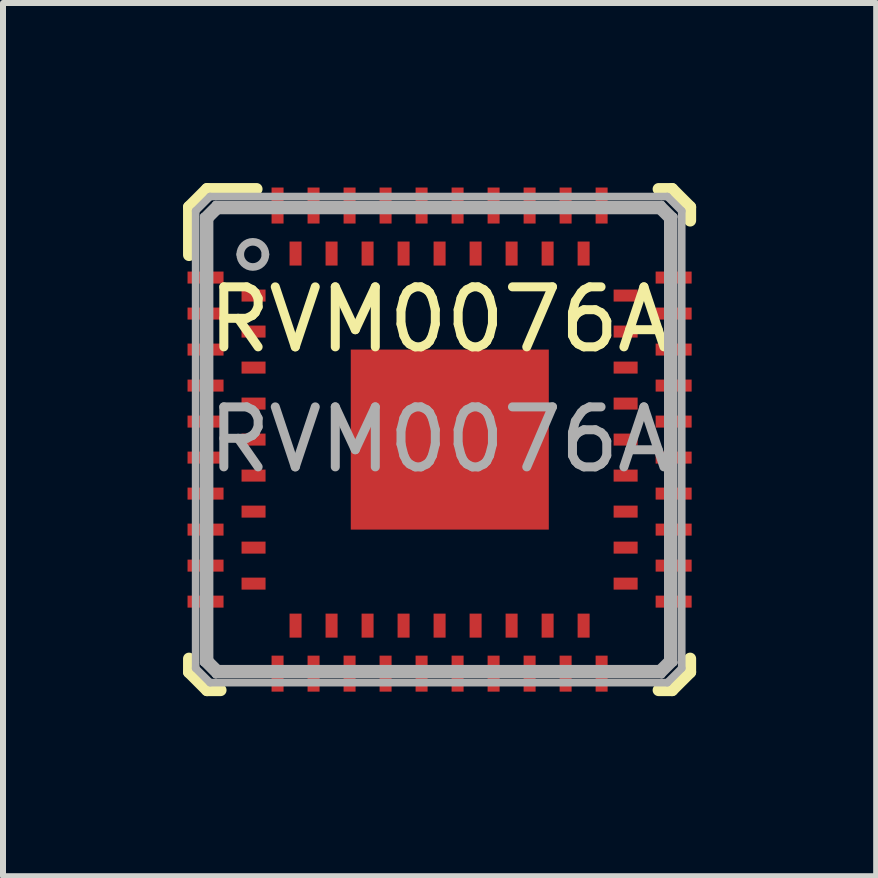
<source format=kicad_pcb>
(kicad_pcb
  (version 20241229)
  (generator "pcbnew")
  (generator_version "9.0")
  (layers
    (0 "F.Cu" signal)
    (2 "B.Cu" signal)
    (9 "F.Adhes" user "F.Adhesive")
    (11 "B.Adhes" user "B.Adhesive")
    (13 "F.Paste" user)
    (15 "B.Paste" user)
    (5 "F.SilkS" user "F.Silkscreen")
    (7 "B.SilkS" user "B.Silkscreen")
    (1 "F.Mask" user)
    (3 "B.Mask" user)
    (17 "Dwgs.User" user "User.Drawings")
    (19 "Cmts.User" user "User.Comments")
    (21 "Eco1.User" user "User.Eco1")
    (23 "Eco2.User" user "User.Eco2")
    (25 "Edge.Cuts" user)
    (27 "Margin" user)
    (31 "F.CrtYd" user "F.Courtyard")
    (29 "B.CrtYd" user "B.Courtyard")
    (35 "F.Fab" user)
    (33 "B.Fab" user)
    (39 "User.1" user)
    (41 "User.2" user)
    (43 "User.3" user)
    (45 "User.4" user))
  (footprint "RVM0076A"
    (layer "F.Cu")
    (at 4.275 4.275)
    (property "Reference" "RVM0076A" (at 0 -2 0) (unlocked yes) (layer "F.SilkS") (effects (font (size 1 1) (thickness 0.15))))
    (attr smd)
    (fp_line (start -4.175 -3.875) (end -3.875 -4.175) (stroke (width 0.2) (type solid)) (layer "F.SilkS"))
    (fp_line (start -4.175 -3.075) (end -4.175 -3.875) (stroke (width 0.2) (type solid)) (layer "F.SilkS"))
    (fp_line (start -4.175 3.875) (end -4.175 3.65) (stroke (width 0.2) (type solid)) (layer "F.SilkS"))
    (fp_line (start -4.175 3.875) (end -3.875 4.175) (stroke (width 0.2) (type solid)) (layer "F.SilkS"))
    (fp_line (start -3.875 -4.175) (end -3.05 -4.175) (stroke (width 0.2) (type solid)) (layer "F.SilkS"))
    (fp_line (start -3.875 4.175) (end -3.65 4.175) (stroke (width 0.2) (type solid)) (layer "F.SilkS"))
    (fp_line (start 3.65 -4.175) (end 3.875 -4.175) (stroke (width 0.2) (type solid)) (layer "F.SilkS"))
    (fp_line (start 3.65 4.175) (end 3.875 4.175) (stroke (width 0.2) (type solid)) (layer "F.SilkS"))
    (fp_line (start 3.875 -4.175) (end 4.175 -3.875) (stroke (width 0.2) (type solid)) (layer "F.SilkS"))
    (fp_line (start 3.875 4.175) (end 4.175 3.875) (stroke (width 0.2) (type solid)) (layer "F.SilkS"))
    (fp_line (start 4.175 -3.65) (end 4.175 -3.875) (stroke (width 0.2) (type solid)) (layer "F.SilkS"))
    (fp_line (start 4.175 3.875) (end 4.175 3.65) (stroke (width 0.2) (type solid)) (layer "F.SilkS"))
    (fp_poly (pts (xy 0.07 -1.358) (xy 0.07 -0.152) (xy 0.069 -0.142) (xy 0.066 -0.132) (xy 0.061 -0.123) (xy 0.055 -0.115) (xy 0.047 -0.109) (xy 0.038 -0.104) (xy 0.028 -0.101) (xy 0.018 -0.1) (xy -1.308 -0.1) (xy -1.318 -0.101) (xy -1.328 -0.104) (xy -1.337 -0.109) (xy -1.345 -0.115) (xy -1.351 -0.123) (xy -1.356 -0.132) (xy -1.359 -0.142) (xy -1.36 -0.152) (xy -1.36 -1.358) (xy -1.359 -1.368) (xy -1.356 -1.378) (xy -1.351 -1.387) (xy -1.345 -1.395) (xy -1.337 -1.401) (xy -1.328 -1.406) (xy -1.318 -1.409) (xy -1.308 -1.41) (xy 0.018 -1.41) (xy 0.028 -1.409) (xy 0.038 -1.406) (xy 0.047 -1.401) (xy 0.055 -1.395) (xy 0.061 -1.387) (xy 0.066 -1.378) (xy 0.069 -1.368)) (stroke (width 0) (type solid)) (fill yes) (layer "F.Paste"))
    (fp_poly (pts (xy 0.07 0.152) (xy 0.07 1.358) (xy 0.069 1.368) (xy 0.066 1.378) (xy 0.061 1.387) (xy 0.055 1.395) (xy 0.047 1.401) (xy 0.038 1.406) (xy 0.028 1.409) (xy 0.018 1.41) (xy -1.308 1.41) (xy -1.318 1.409) (xy -1.328 1.406) (xy -1.337 1.401) (xy -1.345 1.395) (xy -1.351 1.387) (xy -1.356 1.378) (xy -1.359 1.368) (xy -1.36 1.358) (xy -1.36 0.152) (xy -1.359 0.142) (xy -1.356 0.132) (xy -1.351 0.123) (xy -1.345 0.115) (xy -1.337 0.109) (xy -1.328 0.104) (xy -1.318 0.101) (xy -1.308 0.1) (xy 0.018 0.1) (xy 0.028 0.101) (xy 0.038 0.104) (xy 0.047 0.109) (xy 0.055 0.115) (xy 0.061 0.123) (xy 0.066 0.132) (xy 0.069 0.142)) (stroke (width 0) (type solid)) (fill yes) (layer "F.Paste"))
    (fp_poly (pts (xy 0.27 -0.152) (xy 0.27 -1.358) (xy 0.271 -1.368) (xy 0.274 -1.378) (xy 0.279 -1.387) (xy 0.285 -1.395) (xy 0.293 -1.401) (xy 0.302 -1.406) (xy 0.312 -1.409) (xy 0.322 -1.41) (xy 1.648 -1.41) (xy 1.658 -1.409) (xy 1.668 -1.406) (xy 1.677 -1.401) (xy 1.685 -1.395) (xy 1.691 -1.387) (xy 1.696 -1.378) (xy 1.699 -1.368) (xy 1.7 -1.358) (xy 1.7 -0.152) (xy 1.699 -0.142) (xy 1.696 -0.132) (xy 1.691 -0.123) (xy 1.685 -0.115) (xy 1.677 -0.109) (xy 1.668 -0.104) (xy 1.658 -0.101) (xy 1.648 -0.1) (xy 0.322 -0.1) (xy 0.312 -0.101) (xy 0.302 -0.104) (xy 0.293 -0.109) (xy 0.285 -0.115) (xy 0.279 -0.123) (xy 0.274 -0.132) (xy 0.271 -0.142)) (stroke (width 0) (type solid)) (fill yes) (layer "F.Paste"))
    (fp_poly (pts (xy 0.27 1.358) (xy 0.27 0.152) (xy 0.271 0.142) (xy 0.274 0.132) (xy 0.279 0.123) (xy 0.285 0.115) (xy 0.293 0.109) (xy 0.302 0.104) (xy 0.312 0.101) (xy 0.322 0.1) (xy 1.648 0.1) (xy 1.658 0.101) (xy 1.668 0.104) (xy 1.677 0.109) (xy 1.685 0.115) (xy 1.691 0.123) (xy 1.696 0.132) (xy 1.699 0.142) (xy 1.7 0.152) (xy 1.7 1.358) (xy 1.699 1.368) (xy 1.696 1.378) (xy 1.691 1.387) (xy 1.685 1.395) (xy 1.677 1.401) (xy 1.668 1.406) (xy 1.658 1.409) (xy 1.648 1.41) (xy 0.322 1.41) (xy 0.312 1.409) (xy 0.302 1.406) (xy 0.293 1.401) (xy 0.285 1.395) (xy 0.279 1.387) (xy 0.274 1.378) (xy 0.271 1.368)) (stroke (width 0) (type solid)) (fill yes) (layer "F.Paste"))
    (fp_line (start -4.065 -3.81) (end -3.825 -4.05) (stroke (width 0.127) (type solid)) (layer "F.Fab"))
    (fp_line (start -4.065 3.81) (end -4.065 -3.81) (stroke (width 0.127) (type solid)) (layer "F.Fab"))
    (fp_line (start -4.065 3.81) (end -3.825 4.05) (stroke (width 0.127) (type solid)) (layer "F.Fab"))
    (fp_line (start -3.93 -3.715) (end -3.833 -3.675) (stroke (width 0.127) (type solid)) (layer "F.Fab"))
    (fp_line (start -3.93 -3.715) (end -3.73 -3.915) (stroke (width 0.127) (type solid)) (layer "F.Fab"))
    (fp_line (start -3.93 3.715) (end -3.93 -3.715) (stroke (width 0.127) (type solid)) (layer "F.Fab"))
    (fp_line (start -3.93 3.715) (end -3.833 3.675) (stroke (width 0.127) (type solid)) (layer "F.Fab"))
    (fp_line (start -3.93 3.715) (end -3.73 3.915) (stroke (width 0.127) (type solid)) (layer "F.Fab"))
    (fp_line (start -3.833 -3.675) (end -3.69 -3.818) (stroke (width 0.127) (type solid)) (layer "F.Fab"))
    (fp_line (start -3.833 3.675) (end -3.833 -3.675) (stroke (width 0.127) (type solid)) (layer "F.Fab"))
    (fp_line (start -3.833 3.675) (end -3.69 3.818) (stroke (width 0.127) (type solid)) (layer "F.Fab"))
    (fp_line (start -3.825 -4.05) (end 3.795 -4.05) (stroke (width 0.127) (type solid)) (layer "F.Fab"))
    (fp_line (start -3.825 4.05) (end 3.795 4.05) (stroke (width 0.127) (type solid)) (layer "F.Fab"))
    (fp_line (start -3.73 -3.915) (end -3.69 -3.818) (stroke (width 0.127) (type solid)) (layer "F.Fab"))
    (fp_line (start -3.73 -3.915) (end 3.7 -3.915) (stroke (width 0.127) (type solid)) (layer "F.Fab"))
    (fp_line (start -3.73 3.915) (end -3.69 3.818) (stroke (width 0.127) (type solid)) (layer "F.Fab"))
    (fp_line (start -3.73 3.915) (end 3.7 3.915) (stroke (width 0.127) (type solid)) (layer "F.Fab"))
    (fp_line (start -3.69 -3.818) (end 3.66 -3.818) (stroke (width 0.127) (type solid)) (layer "F.Fab"))
    (fp_line (start -3.69 3.818) (end 3.66 3.818) (stroke (width 0.127) (type solid)) (layer "F.Fab"))
    (fp_line (start 3.66 -3.818) (end 3.7 -3.915) (stroke (width 0.127) (type solid)) (layer "F.Fab"))
    (fp_line (start 3.66 -3.818) (end 3.803 -3.675) (stroke (width 0.127) (type solid)) (layer "F.Fab"))
    (fp_line (start 3.66 3.818) (end 3.7 3.915) (stroke (width 0.127) (type solid)) (layer "F.Fab"))
    (fp_line (start 3.66 3.818) (end 3.803 3.675) (stroke (width 0.127) (type solid)) (layer "F.Fab"))
    (fp_line (start 3.7 -3.915) (end 3.9 -3.715) (stroke (width 0.127) (type solid)) (layer "F.Fab"))
    (fp_line (start 3.7 3.915) (end 3.9 3.715) (stroke (width 0.127) (type solid)) (layer "F.Fab"))
    (fp_line (start 3.795 -4.05) (end 4.035 -3.81) (stroke (width 0.127) (type solid)) (layer "F.Fab"))
    (fp_line (start 3.795 4.05) (end 4.035 3.81) (stroke (width 0.127) (type solid)) (layer "F.Fab"))
    (fp_line (start 3.803 -3.675) (end 3.9 -3.715) (stroke (width 0.127) (type solid)) (layer "F.Fab"))
    (fp_line (start 3.803 3.675) (end 3.803 -3.675) (stroke (width 0.127) (type solid)) (layer "F.Fab"))
    (fp_line (start 3.803 3.675) (end 3.9 3.715) (stroke (width 0.127) (type solid)) (layer "F.Fab"))
    (fp_line (start 3.9 3.715) (end 3.9 -3.715) (stroke (width 0.127) (type solid)) (layer "F.Fab"))
    (fp_line (start 4.035 3.81) (end 4.035 -3.81) (stroke (width 0.127) (type solid)) (layer "F.Fab"))
    (fp_arc (start -3.3217 -3.085826) (mid -3.111883 -3.295644) (end -2.902067 -3.085826) (stroke (width 0.127) (type solid)) (layer "F.Fab"))
    (fp_arc (start -2.902067 -3.085826) (mid -3.111884 -2.876008) (end -3.3217 -3.085826) (stroke (width 0.127) (type solid)) (layer "F.Fab"))
    (fp_text user "${REFERENCE}" (at 0 0 0) (unlocked yes) (layer "F.Fab") (effects (font (size 1 1) (thickness 0.15))))
    (pad "A1" smd rect (at -3.9 -2.7) (size 0.6 0.2) (layers "F.Cu" "F.Mask" "F.Paste"))
    (pad "A2" smd rect (at -3.9 -2.1) (size 0.6 0.2) (layers "F.Cu" "F.Mask" "F.Paste"))
    (pad "A3" smd rect (at -3.9 -1.5) (size 0.6 0.2) (layers "F.Cu" "F.Mask" "F.Paste"))
    (pad "A4" smd rect (at -3.9 -0.9) (size 0.6 0.2) (layers "F.Cu" "F.Mask" "F.Paste"))
    (pad "A5" smd rect (at -3.9 -0.3) (size 0.6 0.2) (layers "F.Cu" "F.Mask" "F.Paste"))
    (pad "A6" smd rect (at -3.9 0.3) (size 0.6 0.2) (layers "F.Cu" "F.Mask" "F.Paste"))
    (pad "A7" smd rect (at -3.9 0.9) (size 0.6 0.2) (layers "F.Cu" "F.Mask" "F.Paste"))
    (pad "A8" smd rect (at -3.9 1.5) (size 0.6 0.2) (layers "F.Cu" "F.Mask" "F.Paste"))
    (pad "A9" smd rect (at -3.9 2.1) (size 0.6 0.2) (layers "F.Cu" "F.Mask" "F.Paste"))
    (pad "A10" smd rect (at -3.9 2.7) (size 0.6 0.2) (layers "F.Cu" "F.Mask" "F.Paste"))
    (pad "A11" smd rect (at -2.7 3.9 90) (size 0.6 0.2) (layers "F.Cu" "F.Mask" "F.Paste"))
    (pad "A12" smd rect (at -2.1 3.9 90) (size 0.6 0.2) (layers "F.Cu" "F.Mask" "F.Paste"))
    (pad "A13" smd rect (at -1.5 3.9 90) (size 0.6 0.2) (layers "F.Cu" "F.Mask" "F.Paste"))
    (pad "A14" smd rect (at -0.9 3.9 90) (size 0.6 0.2) (layers "F.Cu" "F.Mask" "F.Paste"))
    (pad "A15" smd rect (at -0.3 3.9 90) (size 0.6 0.2) (layers "F.Cu" "F.Mask" "F.Paste"))
    (pad "A16" smd rect (at 0.3 3.9 90) (size 0.6 0.2) (layers "F.Cu" "F.Mask" "F.Paste"))
    (pad "A17" smd rect (at 0.9 3.9 90) (size 0.6 0.2) (layers "F.Cu" "F.Mask" "F.Paste"))
    (pad "A18" smd rect (at 1.5 3.9 90) (size 0.6 0.2) (layers "F.Cu" "F.Mask" "F.Paste"))
    (pad "A19" smd rect (at 2.1 3.9 90) (size 0.6 0.2) (layers "F.Cu" "F.Mask" "F.Paste"))
    (pad "A20" smd rect (at 2.7 3.9 90) (size 0.6 0.2) (layers "F.Cu" "F.Mask" "F.Paste"))
    (pad "A21" smd rect (at 3.9 2.7) (size 0.6 0.2) (layers "F.Cu" "F.Mask" "F.Paste"))
    (pad "A22" smd rect (at 3.9 2.1) (size 0.6 0.2) (layers "F.Cu" "F.Mask" "F.Paste"))
    (pad "A23" smd rect (at 3.9 1.5) (size 0.6 0.2) (layers "F.Cu" "F.Mask" "F.Paste"))
    (pad "A24" smd rect (at 3.9 0.9) (size 0.6 0.2) (layers "F.Cu" "F.Mask" "F.Paste"))
    (pad "A25" smd rect (at 3.9 0.3) (size 0.6 0.2) (layers "F.Cu" "F.Mask" "F.Paste"))
    (pad "A26" smd rect (at 3.9 -0.3) (size 0.6 0.2) (layers "F.Cu" "F.Mask" "F.Paste"))
    (pad "A27" smd rect (at 3.9 -0.9) (size 0.6 0.2) (layers "F.Cu" "F.Mask" "F.Paste"))
    (pad "A28" smd rect (at 3.9 -1.5) (size 0.6 0.2) (layers "F.Cu" "F.Mask" "F.Paste"))
    (pad "A29" smd rect (at 3.9 -2.1) (size 0.6 0.2) (layers "F.Cu" "F.Mask" "F.Paste"))
    (pad "A30" smd rect (at 3.9 -2.7) (size 0.6 0.2) (layers "F.Cu" "F.Mask" "F.Paste"))
    (pad "A31" smd rect (at 2.7 -3.9 90) (size 0.6 0.2) (layers "F.Cu" "F.Mask" "F.Paste"))
    (pad "A32" smd rect (at 2.1 -3.9 90) (size 0.6 0.2) (layers "F.Cu" "F.Mask" "F.Paste"))
    (pad "A33" smd rect (at 1.5 -3.9 90) (size 0.6 0.2) (layers "F.Cu" "F.Mask" "F.Paste"))
    (pad "A34" smd rect (at 0.9 -3.9 90) (size 0.6 0.2) (layers "F.Cu" "F.Mask" "F.Paste"))
    (pad "A35" smd rect (at 0.3 -3.9 90) (size 0.6 0.2) (layers "F.Cu" "F.Mask" "F.Paste"))
    (pad "A36" smd rect (at -0.3 -3.9 90) (size 0.6 0.2) (layers "F.Cu" "F.Mask" "F.Paste"))
    (pad "A37" smd rect (at -0.9 -3.9 90) (size 0.6 0.2) (layers "F.Cu" "F.Mask" "F.Paste"))
    (pad "A38" smd rect (at -1.5 -3.9 90) (size 0.6 0.2) (layers "F.Cu" "F.Mask" "F.Paste"))
    (pad "A39" smd rect (at -2.1 -3.9 90) (size 0.6 0.2) (layers "F.Cu" "F.Mask" "F.Paste"))
    (pad "A40" smd rect (at -2.7 -3.9 90) (size 0.6 0.2) (layers "F.Cu" "F.Mask" "F.Paste"))
    (pad "B1" smd rect (at -3.1 -2.4) (size 0.4 0.2) (layers "F.Cu" "F.Mask" "F.Paste"))
    (pad "B2" smd rect (at -3.1 -1.8) (size 0.4 0.2) (layers "F.Cu" "F.Mask" "F.Paste"))
    (pad "B3" smd rect (at -3.1 -1.2) (size 0.4 0.2) (layers "F.Cu" "F.Mask" "F.Paste"))
    (pad "B4" smd rect (at -3.1 -0.6) (size 0.4 0.2) (layers "F.Cu" "F.Mask" "F.Paste"))
    (pad "B5" smd rect (at -3.1 0) (size 0.4 0.2) (layers "F.Cu" "F.Mask" "F.Paste"))
    (pad "B6" smd rect (at -3.1 0.6) (size 0.4 0.2) (layers "F.Cu" "F.Mask" "F.Paste"))
    (pad "B7" smd rect (at -3.1 1.2) (size 0.4 0.2) (layers "F.Cu" "F.Mask" "F.Paste"))
    (pad "B8" smd rect (at -3.1 1.8) (size 0.4 0.2) (layers "F.Cu" "F.Mask" "F.Paste"))
    (pad "B9" smd rect (at -3.1 2.4) (size 0.4 0.2) (layers "F.Cu" "F.Mask" "F.Paste"))
    (pad "B10" smd rect (at -2.4 3.1 90) (size 0.4 0.2) (layers "F.Cu" "F.Mask" "F.Paste"))
    (pad "B11" smd rect (at -1.8 3.1 90) (size 0.4 0.2) (layers "F.Cu" "F.Mask" "F.Paste"))
    (pad "B12" smd rect (at -1.2 3.1 90) (size 0.4 0.2) (layers "F.Cu" "F.Mask" "F.Paste"))
    (pad "B13" smd rect (at -0.6 3.1 90) (size 0.4 0.2) (layers "F.Cu" "F.Mask" "F.Paste"))
    (pad "B14" smd rect (at 0 3.1 90) (size 0.4 0.2) (layers "F.Cu" "F.Mask" "F.Paste"))
    (pad "B15" smd rect (at 0.6 3.1 90) (size 0.4 0.2) (layers "F.Cu" "F.Mask" "F.Paste"))
    (pad "B16" smd rect (at 1.2 3.1 90) (size 0.4 0.2) (layers "F.Cu" "F.Mask" "F.Paste"))
    (pad "B17" smd rect (at 1.8 3.1 90) (size 0.4 0.2) (layers "F.Cu" "F.Mask" "F.Paste"))
    (pad "B18" smd rect (at 2.4 3.1 90) (size 0.4 0.2) (layers "F.Cu" "F.Mask" "F.Paste"))
    (pad "B19" smd rect (at 3.1 2.4) (size 0.4 0.2) (layers "F.Cu" "F.Mask" "F.Paste"))
    (pad "B20" smd rect (at 3.1 1.8) (size 0.4 0.2) (layers "F.Cu" "F.Mask" "F.Paste"))
    (pad "B21" smd rect (at 3.1 1.2) (size 0.4 0.2) (layers "F.Cu" "F.Mask" "F.Paste"))
    (pad "B22" smd rect (at 3.1 0.6) (size 0.4 0.2) (layers "F.Cu" "F.Mask" "F.Paste"))
    (pad "B23" smd rect (at 3.1 0) (size 0.4 0.2) (layers "F.Cu" "F.Mask" "F.Paste"))
    (pad "B24" smd rect (at 3.1 -0.6) (size 0.4 0.2) (layers "F.Cu" "F.Mask" "F.Paste"))
    (pad "B25" smd rect (at 3.1 -1.2) (size 0.4 0.2) (layers "F.Cu" "F.Mask" "F.Paste"))
    (pad "B26" smd rect (at 3.1 -1.8) (size 0.4 0.2) (layers "F.Cu" "F.Mask" "F.Paste"))
    (pad "B27" smd rect (at 3.1 -2.4) (size 0.4 0.2) (layers "F.Cu" "F.Mask" "F.Paste"))
    (pad "B28" smd rect (at 2.4 -3.1 90) (size 0.4 0.2) (layers "F.Cu" "F.Mask" "F.Paste"))
    (pad "B29" smd rect (at 1.8 -3.1 90) (size 0.4 0.2) (layers "F.Cu" "F.Mask" "F.Paste"))
    (pad "B30" smd rect (at 1.2 -3.1 90) (size 0.4 0.2) (layers "F.Cu" "F.Mask" "F.Paste"))
    (pad "B31" smd rect (at 0.6 -3.1 90) (size 0.4 0.2) (layers "F.Cu" "F.Mask" "F.Paste"))
    (pad "B32" smd rect (at 0 -3.1 90) (size 0.4 0.2) (layers "F.Cu" "F.Mask" "F.Paste"))
    (pad "B33" smd rect (at -0.6 -3.1 90) (size 0.4 0.2) (layers "F.Cu" "F.Mask" "F.Paste"))
    (pad "B34" smd rect (at -1.2 -3.1 90) (size 0.4 0.2) (layers "F.Cu" "F.Mask" "F.Paste"))
    (pad "B35" smd rect (at -1.8 -3.1 90) (size 0.4 0.2) (layers "F.Cu" "F.Mask" "F.Paste"))
    (pad "B36" smd rect (at -2.4 -3.1 90) (size 0.4 0.2) (layers "F.Cu" "F.Mask" "F.Paste"))
    (pad "D1" smd rect (at 0.17 0 90) (size 3 3.3) (layers "F.Cu" "F.Mask")))
  (gr_rect
    (start -3 -3)
    (end 11.55 11.55)
    (stroke (width 0.1) (type default))
    (fill no)
    (layer "Edge.Cuts")))
</source>
